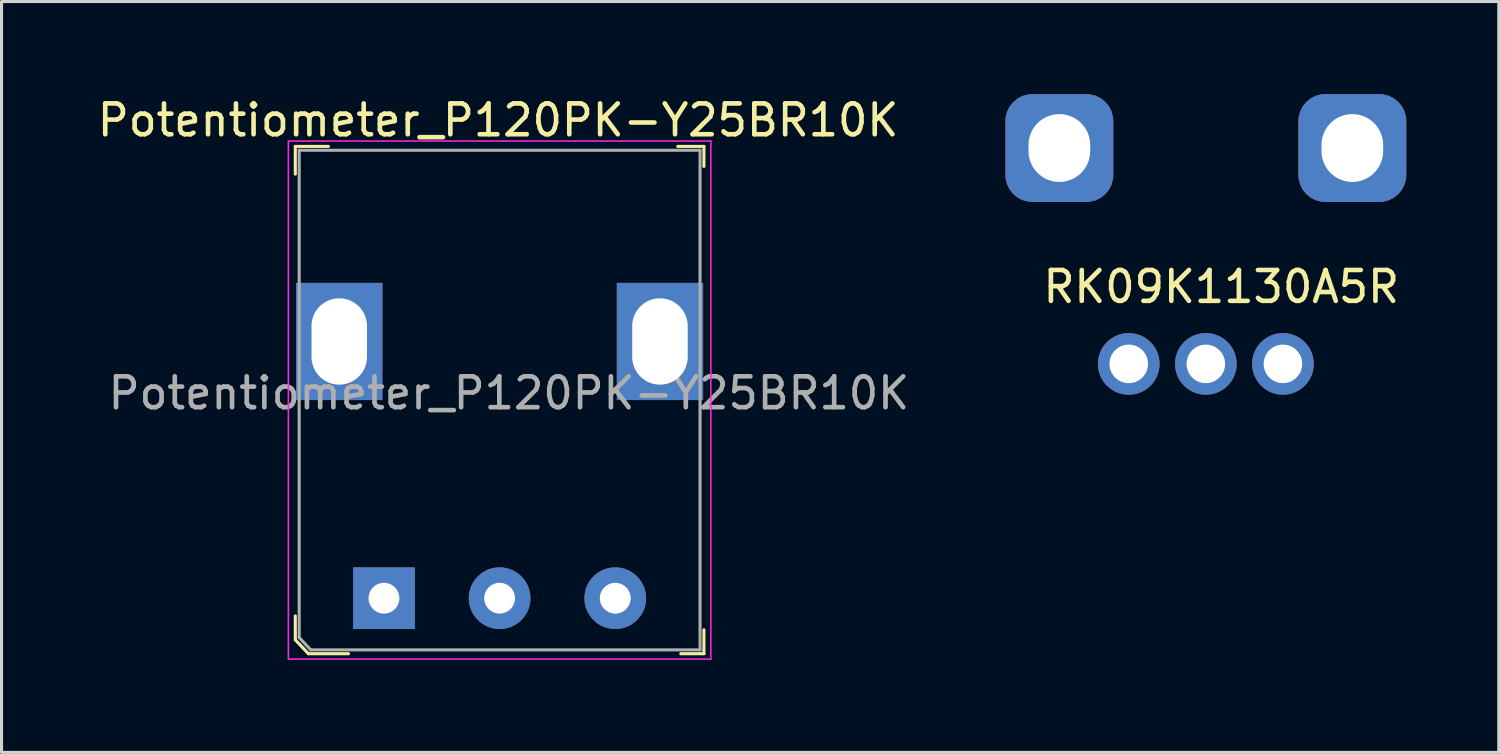
<source format=kicad_pcb>
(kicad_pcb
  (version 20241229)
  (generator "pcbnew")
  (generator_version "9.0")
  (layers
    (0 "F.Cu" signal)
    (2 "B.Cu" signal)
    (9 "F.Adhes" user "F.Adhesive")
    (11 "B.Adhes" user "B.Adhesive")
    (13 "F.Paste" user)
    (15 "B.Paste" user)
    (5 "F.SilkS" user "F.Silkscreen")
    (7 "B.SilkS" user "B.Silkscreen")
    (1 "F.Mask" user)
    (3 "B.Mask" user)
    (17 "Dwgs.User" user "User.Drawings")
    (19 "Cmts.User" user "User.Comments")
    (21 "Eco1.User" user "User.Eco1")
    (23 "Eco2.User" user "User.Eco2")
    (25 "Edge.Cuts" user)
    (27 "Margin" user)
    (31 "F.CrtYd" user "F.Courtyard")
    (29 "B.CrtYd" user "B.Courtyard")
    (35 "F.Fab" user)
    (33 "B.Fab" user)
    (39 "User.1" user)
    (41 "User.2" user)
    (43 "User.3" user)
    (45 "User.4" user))
  (footprint "RK09K1130A5R"
    (layer "F.Cu")
    (at 33.552 8.75)
    (property "Reference" "RK09K1130A5R" (at 3 -2.5 0) (layer "F.SilkS") (effects (font (size 1 1) (thickness 0.15))))
    (attr through_hole)
    (pad "" thru_hole roundrect (at -2.25 -7) (size 3.5 3.5) (drill oval 2 2.2) (layers "*.Cu" "*.Mask") (roundrect_rratio 0.25))
    (pad "" thru_hole roundrect (at 7.25 -7) (size 3.5 3.5) (drill oval 2 2.2) (layers "*.Cu" "*.Mask") (roundrect_rratio 0.25))
    (pad "1" thru_hole circle (at 0 0) (size 2 2) (drill 1.25) (layers "*.Cu" "*.Mask"))
    (pad "2" thru_hole circle (at 2.5 0) (size 2 2) (drill 1.25) (layers "*.Cu" "*.Mask"))
    (pad "3" thru_hole circle (at 5 0) (size 2 2) (drill 1.25) (layers "*.Cu" "*.Mask")))
  (footprint "Potentiometer_P120PK-Y25BR10K"
    (layer "F.Cu")
    (at 9.401 16.348)
    (property "Reference" "Potentiometer_P120PK-Y25BR10K" (at 3.7 -15.5 0) (layer "F.SilkS") (effects (font (size 1 1) (thickness 0.15))))
    (attr through_hole)
    (fp_line (start -2.875 -14.65) (end -2.875 -13.75) (stroke (width 0.1) (type solid)) (layer "F.SilkS"))
    (fp_line (start -2.875 0.575) (end -2.875 1.35) (stroke (width 0.1) (type solid)) (layer "F.SilkS"))
    (fp_line (start -2.875 1.35) (end -2.45 1.8) (stroke (width 0.1) (type solid)) (layer "F.SilkS"))
    (fp_line (start -2.45 1.8) (end -1.15 1.8) (stroke (width 0.1) (type solid)) (layer "F.SilkS"))
    (fp_line (start -1.8 -14.65) (end -2.875 -14.65) (stroke (width 0.1) (type solid)) (layer "F.SilkS"))
    (fp_line (start 9.525 -14.65) (end 10.375 -14.65) (stroke (width 0.1) (type solid)) (layer "F.SilkS"))
    (fp_line (start 10.375 -14.65) (end 10.375 -14) (stroke (width 0.1) (type solid)) (layer "F.SilkS"))
    (fp_line (start 10.375 1.025) (end 10.375 1.8) (stroke (width 0.1) (type solid)) (layer "F.SilkS"))
    (fp_line (start 10.375 1.8) (end 9.625 1.8) (stroke (width 0.1) (type solid)) (layer "F.SilkS"))
    (fp_line (start -3.1 -14.825) (end 10.6 -14.825) (stroke (width 0.05) (type solid)) (layer "F.CrtYd"))
    (fp_line (start -3.1 1.975) (end -3.1 -14.825) (stroke (width 0.05) (type solid)) (layer "F.CrtYd"))
    (fp_line (start 10.6 -14.825) (end 10.6 1.975) (stroke (width 0.05) (type solid)) (layer "F.CrtYd"))
    (fp_line (start 10.6 1.975) (end -3.1 1.975) (stroke (width 0.05) (type solid)) (layer "F.CrtYd"))
    (fp_line (start -2.75 -14.525) (end 10.25 -14.525) (stroke (width 0.1) (type solid)) (layer "F.Fab"))
    (fp_line (start -2.75 1.275) (end -2.75 -14.525) (stroke (width 0.1) (type solid)) (layer "F.Fab"))
    (fp_line (start -2.75 1.275) (end -2.375 1.675) (stroke (width 0.1) (type solid)) (layer "F.Fab"))
    (fp_line (start -2.375 1.675) (end 10.25 1.675) (stroke (width 0.1) (type solid)) (layer "F.Fab"))
    (fp_line (start 10.25 -14.525) (end 10.25 1.675) (stroke (width 0.1) (type solid)) (layer "F.Fab"))
    (fp_text user "${REFERENCE}" (at 4.05 -6.65 0) (layer "F.Fab") (effects (font (size 1 1) (thickness 0.15))))
    (pad "1" thru_hole rect (at 0 0) (size 2 2) (drill 1) (layers "*.Cu" "*.Mask"))
    (pad "2" thru_hole circle (at 3.75 0) (size 2 2) (drill 1) (layers "*.Cu" "*.Mask"))
    (pad "3" thru_hole circle (at 7.5 0) (size 2 2) (drill 1) (layers "*.Cu" "*.Mask"))
    (pad "4" thru_hole rect (at -1.45 -8.325) (size 2.8 3.8) (drill oval 1.8 2.8) (layers "*.Cu" "*.Mask"))
    (pad "4" thru_hole rect (at 8.95 -8.325) (size 2.8 3.8) (drill oval 1.8 2.8) (layers "*.Cu" "*.Mask")))
  (gr_rect
    (start -3 -3)
    (end 45.552 21.348)
    (stroke (width 0.1) (type default))
    (fill no)
    (layer "Edge.Cuts")))
</source>
